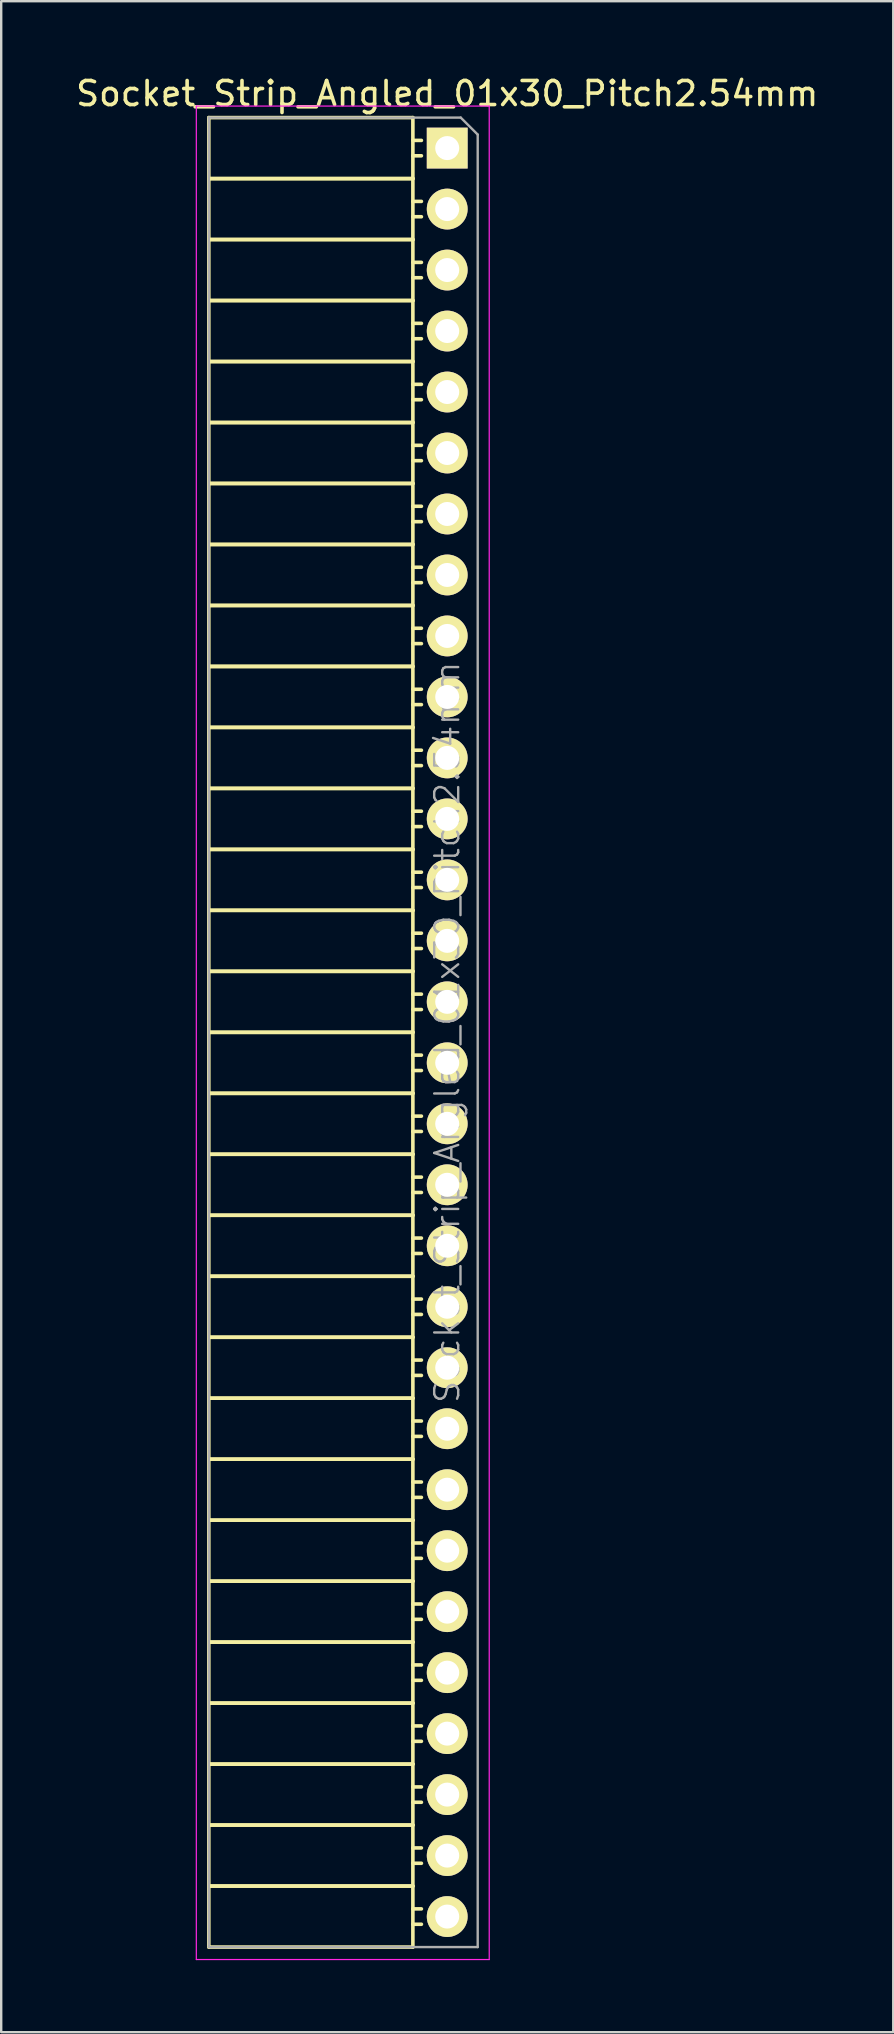
<source format=kicad_pcb>
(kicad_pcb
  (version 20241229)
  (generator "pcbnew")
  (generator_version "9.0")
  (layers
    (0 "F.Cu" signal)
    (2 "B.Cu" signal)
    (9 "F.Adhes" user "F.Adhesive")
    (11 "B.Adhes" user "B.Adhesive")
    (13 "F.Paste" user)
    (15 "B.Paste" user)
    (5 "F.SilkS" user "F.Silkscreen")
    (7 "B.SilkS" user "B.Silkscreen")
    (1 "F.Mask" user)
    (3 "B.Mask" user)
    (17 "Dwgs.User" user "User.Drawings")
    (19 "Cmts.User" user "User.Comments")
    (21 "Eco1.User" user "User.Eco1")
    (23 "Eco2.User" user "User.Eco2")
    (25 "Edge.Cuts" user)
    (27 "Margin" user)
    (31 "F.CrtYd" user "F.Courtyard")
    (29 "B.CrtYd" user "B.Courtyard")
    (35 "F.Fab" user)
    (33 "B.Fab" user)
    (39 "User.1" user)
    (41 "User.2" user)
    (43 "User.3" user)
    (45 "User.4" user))
  (footprint "Socket_Strip_Angled_01x30_Pitch2.54mm"
    (layer "F.Cu")
    (at 15.577 3.118)
    (property "Reference" "Socket_Strip_Angled_01x30_Pitch2.54mm" (at 0 -2.27 0) (layer "F.SilkS") (effects (font (size 1 1) (thickness 0.15))))
    (attr smd)
    (fp_line (start -9.93 -1.27) (end -9.93 1.27) (stroke (width 0.15) (type solid)) (layer "F.SilkS"))
    (fp_line (start -9.93 -1.27) (end -1.43 -1.27) (stroke (width 0.15) (type solid)) (layer "F.SilkS"))
    (fp_line (start -9.93 1.27) (end -9.93 3.81) (stroke (width 0.15) (type solid)) (layer "F.SilkS"))
    (fp_line (start -9.93 1.27) (end -1.43 1.27) (stroke (width 0.15) (type solid)) (layer "F.SilkS"))
    (fp_line (start -9.93 1.27) (end -1.43 1.27) (stroke (width 0.15) (type solid)) (layer "F.SilkS"))
    (fp_line (start -9.93 3.81) (end -9.93 6.35) (stroke (width 0.15) (type solid)) (layer "F.SilkS"))
    (fp_line (start -9.93 3.81) (end -1.43 3.81) (stroke (width 0.15) (type solid)) (layer "F.SilkS"))
    (fp_line (start -9.93 3.81) (end -1.43 3.81) (stroke (width 0.15) (type solid)) (layer "F.SilkS"))
    (fp_line (start -9.93 6.35) (end -9.93 8.89) (stroke (width 0.15) (type solid)) (layer "F.SilkS"))
    (fp_line (start -9.93 6.35) (end -1.43 6.35) (stroke (width 0.15) (type solid)) (layer "F.SilkS"))
    (fp_line (start -9.93 6.35) (end -1.43 6.35) (stroke (width 0.15) (type solid)) (layer "F.SilkS"))
    (fp_line (start -9.93 8.89) (end -9.93 11.43) (stroke (width 0.15) (type solid)) (layer "F.SilkS"))
    (fp_line (start -9.93 8.89) (end -1.43 8.89) (stroke (width 0.15) (type solid)) (layer "F.SilkS"))
    (fp_line (start -9.93 8.89) (end -1.43 8.89) (stroke (width 0.15) (type solid)) (layer "F.SilkS"))
    (fp_line (start -9.93 11.43) (end -9.93 13.97) (stroke (width 0.15) (type solid)) (layer "F.SilkS"))
    (fp_line (start -9.93 11.43) (end -1.43 11.43) (stroke (width 0.15) (type solid)) (layer "F.SilkS"))
    (fp_line (start -9.93 11.43) (end -1.43 11.43) (stroke (width 0.15) (type solid)) (layer "F.SilkS"))
    (fp_line (start -9.93 13.97) (end -9.93 16.51) (stroke (width 0.15) (type solid)) (layer "F.SilkS"))
    (fp_line (start -9.93 13.97) (end -1.43 13.97) (stroke (width 0.15) (type solid)) (layer "F.SilkS"))
    (fp_line (start -9.93 13.97) (end -1.43 13.97) (stroke (width 0.15) (type solid)) (layer "F.SilkS"))
    (fp_line (start -9.93 16.51) (end -9.93 19.05) (stroke (width 0.15) (type solid)) (layer "F.SilkS"))
    (fp_line (start -9.93 16.51) (end -1.43 16.51) (stroke (width 0.15) (type solid)) (layer "F.SilkS"))
    (fp_line (start -9.93 16.51) (end -1.43 16.51) (stroke (width 0.15) (type solid)) (layer "F.SilkS"))
    (fp_line (start -9.93 19.05) (end -9.93 21.59) (stroke (width 0.15) (type solid)) (layer "F.SilkS"))
    (fp_line (start -9.93 19.05) (end -1.43 19.05) (stroke (width 0.15) (type solid)) (layer "F.SilkS"))
    (fp_line (start -9.93 19.05) (end -1.43 19.05) (stroke (width 0.15) (type solid)) (layer "F.SilkS"))
    (fp_line (start -9.93 21.59) (end -9.93 24.13) (stroke (width 0.15) (type solid)) (layer "F.SilkS"))
    (fp_line (start -9.93 21.59) (end -1.43 21.59) (stroke (width 0.15) (type solid)) (layer "F.SilkS"))
    (fp_line (start -9.93 21.59) (end -1.43 21.59) (stroke (width 0.15) (type solid)) (layer "F.SilkS"))
    (fp_line (start -9.93 24.13) (end -9.93 26.67) (stroke (width 0.15) (type solid)) (layer "F.SilkS"))
    (fp_line (start -9.93 24.13) (end -1.43 24.13) (stroke (width 0.15) (type solid)) (layer "F.SilkS"))
    (fp_line (start -9.93 24.13) (end -1.43 24.13) (stroke (width 0.15) (type solid)) (layer "F.SilkS"))
    (fp_line (start -9.93 26.67) (end -9.93 29.21) (stroke (width 0.15) (type solid)) (layer "F.SilkS"))
    (fp_line (start -9.93 26.67) (end -1.43 26.67) (stroke (width 0.15) (type solid)) (layer "F.SilkS"))
    (fp_line (start -9.93 26.67) (end -1.43 26.67) (stroke (width 0.15) (type solid)) (layer "F.SilkS"))
    (fp_line (start -9.93 29.21) (end -9.93 31.75) (stroke (width 0.15) (type solid)) (layer "F.SilkS"))
    (fp_line (start -9.93 29.21) (end -1.43 29.21) (stroke (width 0.15) (type solid)) (layer "F.SilkS"))
    (fp_line (start -9.93 29.21) (end -1.43 29.21) (stroke (width 0.15) (type solid)) (layer "F.SilkS"))
    (fp_line (start -9.93 31.75) (end -9.93 34.29) (stroke (width 0.15) (type solid)) (layer "F.SilkS"))
    (fp_line (start -9.93 31.75) (end -1.43 31.75) (stroke (width 0.15) (type solid)) (layer "F.SilkS"))
    (fp_line (start -9.93 31.75) (end -1.43 31.75) (stroke (width 0.15) (type solid)) (layer "F.SilkS"))
    (fp_line (start -9.93 34.29) (end -9.93 36.83) (stroke (width 0.15) (type solid)) (layer "F.SilkS"))
    (fp_line (start -9.93 34.29) (end -1.43 34.29) (stroke (width 0.15) (type solid)) (layer "F.SilkS"))
    (fp_line (start -9.93 34.29) (end -1.43 34.29) (stroke (width 0.15) (type solid)) (layer "F.SilkS"))
    (fp_line (start -9.93 36.83) (end -9.93 39.37) (stroke (width 0.15) (type solid)) (layer "F.SilkS"))
    (fp_line (start -9.93 36.83) (end -1.43 36.83) (stroke (width 0.15) (type solid)) (layer "F.SilkS"))
    (fp_line (start -9.93 36.83) (end -1.43 36.83) (stroke (width 0.15) (type solid)) (layer "F.SilkS"))
    (fp_line (start -9.93 39.37) (end -9.93 41.91) (stroke (width 0.15) (type solid)) (layer "F.SilkS"))
    (fp_line (start -9.93 39.37) (end -1.43 39.37) (stroke (width 0.15) (type solid)) (layer "F.SilkS"))
    (fp_line (start -9.93 39.37) (end -1.43 39.37) (stroke (width 0.15) (type solid)) (layer "F.SilkS"))
    (fp_line (start -9.93 41.91) (end -9.93 44.45) (stroke (width 0.15) (type solid)) (layer "F.SilkS"))
    (fp_line (start -9.93 41.91) (end -1.43 41.91) (stroke (width 0.15) (type solid)) (layer "F.SilkS"))
    (fp_line (start -9.93 41.91) (end -1.43 41.91) (stroke (width 0.15) (type solid)) (layer "F.SilkS"))
    (fp_line (start -9.93 44.45) (end -9.93 46.99) (stroke (width 0.15) (type solid)) (layer "F.SilkS"))
    (fp_line (start -9.93 44.45) (end -1.43 44.45) (stroke (width 0.15) (type solid)) (layer "F.SilkS"))
    (fp_line (start -9.93 44.45) (end -1.43 44.45) (stroke (width 0.15) (type solid)) (layer "F.SilkS"))
    (fp_line (start -9.93 46.99) (end -9.93 49.53) (stroke (width 0.15) (type solid)) (layer "F.SilkS"))
    (fp_line (start -9.93 46.99) (end -1.43 46.99) (stroke (width 0.15) (type solid)) (layer "F.SilkS"))
    (fp_line (start -9.93 46.99) (end -1.43 46.99) (stroke (width 0.15) (type solid)) (layer "F.SilkS"))
    (fp_line (start -9.93 49.53) (end -9.93 52.07) (stroke (width 0.15) (type solid)) (layer "F.SilkS"))
    (fp_line (start -9.93 49.53) (end -1.43 49.53) (stroke (width 0.15) (type solid)) (layer "F.SilkS"))
    (fp_line (start -9.93 49.53) (end -1.43 49.53) (stroke (width 0.15) (type solid)) (layer "F.SilkS"))
    (fp_line (start -9.93 52.07) (end -9.93 54.61) (stroke (width 0.15) (type solid)) (layer "F.SilkS"))
    (fp_line (start -9.93 52.07) (end -1.43 52.07) (stroke (width 0.15) (type solid)) (layer "F.SilkS"))
    (fp_line (start -9.93 52.07) (end -1.43 52.07) (stroke (width 0.15) (type solid)) (layer "F.SilkS"))
    (fp_line (start -9.93 54.61) (end -9.93 57.15) (stroke (width 0.15) (type solid)) (layer "F.SilkS"))
    (fp_line (start -9.93 54.61) (end -1.43 54.61) (stroke (width 0.15) (type solid)) (layer "F.SilkS"))
    (fp_line (start -9.93 54.61) (end -1.43 54.61) (stroke (width 0.15) (type solid)) (layer "F.SilkS"))
    (fp_line (start -9.93 57.15) (end -9.93 59.69) (stroke (width 0.15) (type solid)) (layer "F.SilkS"))
    (fp_line (start -9.93 57.15) (end -1.43 57.15) (stroke (width 0.15) (type solid)) (layer "F.SilkS"))
    (fp_line (start -9.93 57.15) (end -1.43 57.15) (stroke (width 0.15) (type solid)) (layer "F.SilkS"))
    (fp_line (start -9.93 59.69) (end -9.93 62.23) (stroke (width 0.15) (type solid)) (layer "F.SilkS"))
    (fp_line (start -9.93 59.69) (end -1.43 59.69) (stroke (width 0.15) (type solid)) (layer "F.SilkS"))
    (fp_line (start -9.93 59.69) (end -1.43 59.69) (stroke (width 0.15) (type solid)) (layer "F.SilkS"))
    (fp_line (start -9.93 62.23) (end -9.93 64.77) (stroke (width 0.15) (type solid)) (layer "F.SilkS"))
    (fp_line (start -9.93 62.23) (end -1.43 62.23) (stroke (width 0.15) (type solid)) (layer "F.SilkS"))
    (fp_line (start -9.93 62.23) (end -1.43 62.23) (stroke (width 0.15) (type solid)) (layer "F.SilkS"))
    (fp_line (start -9.93 64.77) (end -9.93 67.31) (stroke (width 0.15) (type solid)) (layer "F.SilkS"))
    (fp_line (start -9.93 64.77) (end -1.43 64.77) (stroke (width 0.15) (type solid)) (layer "F.SilkS"))
    (fp_line (start -9.93 64.77) (end -1.43 64.77) (stroke (width 0.15) (type solid)) (layer "F.SilkS"))
    (fp_line (start -9.93 67.31) (end -9.93 69.85) (stroke (width 0.15) (type solid)) (layer "F.SilkS"))
    (fp_line (start -9.93 67.31) (end -1.43 67.31) (stroke (width 0.15) (type solid)) (layer "F.SilkS"))
    (fp_line (start -9.93 67.31) (end -1.43 67.31) (stroke (width 0.15) (type solid)) (layer "F.SilkS"))
    (fp_line (start -9.93 69.85) (end -9.93 72.39) (stroke (width 0.15) (type solid)) (layer "F.SilkS"))
    (fp_line (start -9.93 69.85) (end -1.43 69.85) (stroke (width 0.15) (type solid)) (layer "F.SilkS"))
    (fp_line (start -9.93 69.85) (end -1.43 69.85) (stroke (width 0.15) (type solid)) (layer "F.SilkS"))
    (fp_line (start -9.93 72.39) (end -9.93 74.93) (stroke (width 0.15) (type solid)) (layer "F.SilkS"))
    (fp_line (start -9.93 72.39) (end -1.43 72.39) (stroke (width 0.15) (type solid)) (layer "F.SilkS"))
    (fp_line (start -9.93 72.39) (end -1.43 72.39) (stroke (width 0.15) (type solid)) (layer "F.SilkS"))
    (fp_line (start -9.93 74.93) (end -1.43 74.93) (stroke (width 0.15) (type solid)) (layer "F.SilkS"))
    (fp_line (start -1.43 -1.27) (end -1.43 1.27) (stroke (width 0.15) (type solid)) (layer "F.SilkS"))
    (fp_line (start -1.43 -0.32) (end -1.075 -0.32) (stroke (width 0.15) (type solid)) (layer "F.SilkS"))
    (fp_line (start -1.43 0.32) (end -1.075 0.32) (stroke (width 0.15) (type solid)) (layer "F.SilkS"))
    (fp_line (start -1.43 1.27) (end -1.43 3.81) (stroke (width 0.15) (type solid)) (layer "F.SilkS"))
    (fp_line (start -1.43 2.22) (end -1.075 2.22) (stroke (width 0.15) (type solid)) (layer "F.SilkS"))
    (fp_line (start -1.43 2.86) (end -1.075 2.86) (stroke (width 0.15) (type solid)) (layer "F.SilkS"))
    (fp_line (start -1.43 3.81) (end -1.43 6.35) (stroke (width 0.15) (type solid)) (layer "F.SilkS"))
    (fp_line (start -1.43 4.76) (end -1.075 4.76) (stroke (width 0.15) (type solid)) (layer "F.SilkS"))
    (fp_line (start -1.43 5.4) (end -1.075 5.4) (stroke (width 0.15) (type solid)) (layer "F.SilkS"))
    (fp_line (start -1.43 6.35) (end -1.43 8.89) (stroke (width 0.15) (type solid)) (layer "F.SilkS"))
    (fp_line (start -1.43 7.3) (end -1.075 7.3) (stroke (width 0.15) (type solid)) (layer "F.SilkS"))
    (fp_line (start -1.43 7.94) (end -1.075 7.94) (stroke (width 0.15) (type solid)) (layer "F.SilkS"))
    (fp_line (start -1.43 8.89) (end -1.43 11.43) (stroke (width 0.15) (type solid)) (layer "F.SilkS"))
    (fp_line (start -1.43 9.84) (end -1.075 9.84) (stroke (width 0.15) (type solid)) (layer "F.SilkS"))
    (fp_line (start -1.43 10.48) (end -1.075 10.48) (stroke (width 0.15) (type solid)) (layer "F.SilkS"))
    (fp_line (start -1.43 11.43) (end -1.43 13.97) (stroke (width 0.15) (type solid)) (layer "F.SilkS"))
    (fp_line (start -1.43 12.38) (end -1.075 12.38) (stroke (width 0.15) (type solid)) (layer "F.SilkS"))
    (fp_line (start -1.43 13.02) (end -1.075 13.02) (stroke (width 0.15) (type solid)) (layer "F.SilkS"))
    (fp_line (start -1.43 13.97) (end -1.43 16.51) (stroke (width 0.15) (type solid)) (layer "F.SilkS"))
    (fp_line (start -1.43 14.92) (end -1.075 14.92) (stroke (width 0.15) (type solid)) (layer "F.SilkS"))
    (fp_line (start -1.43 15.56) (end -1.075 15.56) (stroke (width 0.15) (type solid)) (layer "F.SilkS"))
    (fp_line (start -1.43 16.51) (end -1.43 19.05) (stroke (width 0.15) (type solid)) (layer "F.SilkS"))
    (fp_line (start -1.43 17.46) (end -1.075 17.46) (stroke (width 0.15) (type solid)) (layer "F.SilkS"))
    (fp_line (start -1.43 18.1) (end -1.075 18.1) (stroke (width 0.15) (type solid)) (layer "F.SilkS"))
    (fp_line (start -1.43 19.05) (end -1.43 21.59) (stroke (width 0.15) (type solid)) (layer "F.SilkS"))
    (fp_line (start -1.43 20) (end -1.075 20) (stroke (width 0.15) (type solid)) (layer "F.SilkS"))
    (fp_line (start -1.43 20.64) (end -1.075 20.64) (stroke (width 0.15) (type solid)) (layer "F.SilkS"))
    (fp_line (start -1.43 21.59) (end -1.43 24.13) (stroke (width 0.15) (type solid)) (layer "F.SilkS"))
    (fp_line (start -1.43 22.54) (end -1.075 22.54) (stroke (width 0.15) (type solid)) (layer "F.SilkS"))
    (fp_line (start -1.43 23.18) (end -1.075 23.18) (stroke (width 0.15) (type solid)) (layer "F.SilkS"))
    (fp_line (start -1.43 24.13) (end -1.43 26.67) (stroke (width 0.15) (type solid)) (layer "F.SilkS"))
    (fp_line (start -1.43 25.08) (end -1.075 25.08) (stroke (width 0.15) (type solid)) (layer "F.SilkS"))
    (fp_line (start -1.43 25.72) (end -1.075 25.72) (stroke (width 0.15) (type solid)) (layer "F.SilkS"))
    (fp_line (start -1.43 26.67) (end -1.43 29.21) (stroke (width 0.15) (type solid)) (layer "F.SilkS"))
    (fp_line (start -1.43 27.62) (end -1.075 27.62) (stroke (width 0.15) (type solid)) (layer "F.SilkS"))
    (fp_line (start -1.43 28.26) (end -1.075 28.26) (stroke (width 0.15) (type solid)) (layer "F.SilkS"))
    (fp_line (start -1.43 29.21) (end -1.43 31.75) (stroke (width 0.15) (type solid)) (layer "F.SilkS"))
    (fp_line (start -1.43 30.16) (end -1.075 30.16) (stroke (width 0.15) (type solid)) (layer "F.SilkS"))
    (fp_line (start -1.43 30.8) (end -1.075 30.8) (stroke (width 0.15) (type solid)) (layer "F.SilkS"))
    (fp_line (start -1.43 31.75) (end -1.43 34.29) (stroke (width 0.15) (type solid)) (layer "F.SilkS"))
    (fp_line (start -1.43 32.7) (end -1.075 32.7) (stroke (width 0.15) (type solid)) (layer "F.SilkS"))
    (fp_line (start -1.43 33.34) (end -1.075 33.34) (stroke (width 0.15) (type solid)) (layer "F.SilkS"))
    (fp_line (start -1.43 34.29) (end -1.43 36.83) (stroke (width 0.15) (type solid)) (layer "F.SilkS"))
    (fp_line (start -1.43 35.24) (end -1.075 35.24) (stroke (width 0.15) (type solid)) (layer "F.SilkS"))
    (fp_line (start -1.43 35.88) (end -1.075 35.88) (stroke (width 0.15) (type solid)) (layer "F.SilkS"))
    (fp_line (start -1.43 36.83) (end -1.43 39.37) (stroke (width 0.15) (type solid)) (layer "F.SilkS"))
    (fp_line (start -1.43 37.78) (end -1.075 37.78) (stroke (width 0.15) (type solid)) (layer "F.SilkS"))
    (fp_line (start -1.43 38.42) (end -1.075 38.42) (stroke (width 0.15) (type solid)) (layer "F.SilkS"))
    (fp_line (start -1.43 39.37) (end -1.43 41.91) (stroke (width 0.15) (type solid)) (layer "F.SilkS"))
    (fp_line (start -1.43 40.32) (end -1.075 40.32) (stroke (width 0.15) (type solid)) (layer "F.SilkS"))
    (fp_line (start -1.43 40.96) (end -1.075 40.96) (stroke (width 0.15) (type solid)) (layer "F.SilkS"))
    (fp_line (start -1.43 41.91) (end -1.43 44.45) (stroke (width 0.15) (type solid)) (layer "F.SilkS"))
    (fp_line (start -1.43 42.86) (end -1.075 42.86) (stroke (width 0.15) (type solid)) (layer "F.SilkS"))
    (fp_line (start -1.43 43.5) (end -1.075 43.5) (stroke (width 0.15) (type solid)) (layer "F.SilkS"))
    (fp_line (start -1.43 44.45) (end -1.43 46.99) (stroke (width 0.15) (type solid)) (layer "F.SilkS"))
    (fp_line (start -1.43 45.4) (end -1.075 45.4) (stroke (width 0.15) (type solid)) (layer "F.SilkS"))
    (fp_line (start -1.43 46.04) (end -1.075 46.04) (stroke (width 0.15) (type solid)) (layer "F.SilkS"))
    (fp_line (start -1.43 46.99) (end -1.43 49.53) (stroke (width 0.15) (type solid)) (layer "F.SilkS"))
    (fp_line (start -1.43 47.94) (end -1.075 47.94) (stroke (width 0.15) (type solid)) (layer "F.SilkS"))
    (fp_line (start -1.43 48.58) (end -1.075 48.58) (stroke (width 0.15) (type solid)) (layer "F.SilkS"))
    (fp_line (start -1.43 49.53) (end -1.43 52.07) (stroke (width 0.15) (type solid)) (layer "F.SilkS"))
    (fp_line (start -1.43 50.48) (end -1.075 50.48) (stroke (width 0.15) (type solid)) (layer "F.SilkS"))
    (fp_line (start -1.43 51.12) (end -1.075 51.12) (stroke (width 0.15) (type solid)) (layer "F.SilkS"))
    (fp_line (start -1.43 52.07) (end -1.43 54.61) (stroke (width 0.15) (type solid)) (layer "F.SilkS"))
    (fp_line (start -1.43 53.02) (end -1.075 53.02) (stroke (width 0.15) (type solid)) (layer "F.SilkS"))
    (fp_line (start -1.43 53.66) (end -1.075 53.66) (stroke (width 0.15) (type solid)) (layer "F.SilkS"))
    (fp_line (start -1.43 54.61) (end -1.43 57.15) (stroke (width 0.15) (type solid)) (layer "F.SilkS"))
    (fp_line (start -1.43 55.56) (end -1.075 55.56) (stroke (width 0.15) (type solid)) (layer "F.SilkS"))
    (fp_line (start -1.43 56.2) (end -1.075 56.2) (stroke (width 0.15) (type solid)) (layer "F.SilkS"))
    (fp_line (start -1.43 57.15) (end -1.43 59.69) (stroke (width 0.15) (type solid)) (layer "F.SilkS"))
    (fp_line (start -1.43 58.1) (end -1.075 58.1) (stroke (width 0.15) (type solid)) (layer "F.SilkS"))
    (fp_line (start -1.43 58.74) (end -1.075 58.74) (stroke (width 0.15) (type solid)) (layer "F.SilkS"))
    (fp_line (start -1.43 59.69) (end -1.43 62.23) (stroke (width 0.15) (type solid)) (layer "F.SilkS"))
    (fp_line (start -1.43 60.64) (end -1.075 60.64) (stroke (width 0.15) (type solid)) (layer "F.SilkS"))
    (fp_line (start -1.43 61.28) (end -1.075 61.28) (stroke (width 0.15) (type solid)) (layer "F.SilkS"))
    (fp_line (start -1.43 62.23) (end -1.43 64.77) (stroke (width 0.15) (type solid)) (layer "F.SilkS"))
    (fp_line (start -1.43 63.18) (end -1.075 63.18) (stroke (width 0.15) (type solid)) (layer "F.SilkS"))
    (fp_line (start -1.43 63.82) (end -1.075 63.82) (stroke (width 0.15) (type solid)) (layer "F.SilkS"))
    (fp_line (start -1.43 64.77) (end -1.43 67.31) (stroke (width 0.15) (type solid)) (layer "F.SilkS"))
    (fp_line (start -1.43 65.72) (end -1.075 65.72) (stroke (width 0.15) (type solid)) (layer "F.SilkS"))
    (fp_line (start -1.43 66.36) (end -1.075 66.36) (stroke (width 0.15) (type solid)) (layer "F.SilkS"))
    (fp_line (start -1.43 67.31) (end -1.43 69.85) (stroke (width 0.15) (type solid)) (layer "F.SilkS"))
    (fp_line (start -1.43 68.26) (end -1.075 68.26) (stroke (width 0.15) (type solid)) (layer "F.SilkS"))
    (fp_line (start -1.43 68.9) (end -1.075 68.9) (stroke (width 0.15) (type solid)) (layer "F.SilkS"))
    (fp_line (start -1.43 69.85) (end -1.43 72.39) (stroke (width 0.15) (type solid)) (layer "F.SilkS"))
    (fp_line (start -1.43 70.8) (end -1.075 70.8) (stroke (width 0.15) (type solid)) (layer "F.SilkS"))
    (fp_line (start -1.43 71.44) (end -1.075 71.44) (stroke (width 0.15) (type solid)) (layer "F.SilkS"))
    (fp_line (start -1.43 72.39) (end -1.43 74.93) (stroke (width 0.15) (type solid)) (layer "F.SilkS"))
    (fp_line (start -1.43 73.34) (end -1.075 73.34) (stroke (width 0.15) (type solid)) (layer "F.SilkS"))
    (fp_line (start -1.43 73.98) (end -1.075 73.98) (stroke (width 0.15) (type solid)) (layer "F.SilkS"))
    (fp_line (start -10.45 -1.75) (end 1.75 -1.75) (stroke (width 0.05) (type solid)) (layer "F.CrtYd"))
    (fp_line (start -10.45 75.45) (end -10.45 -1.75) (stroke (width 0.05) (type solid)) (layer "F.CrtYd"))
    (fp_line (start -10.45 75.45) (end 1.75 75.45) (stroke (width 0.05) (type solid)) (layer "F.CrtYd"))
    (fp_line (start 1.75 75.45) (end 1.75 -1.75) (stroke (width 0.05) (type solid)) (layer "F.CrtYd"))
    (fp_line (start -9.93 -1.27) (end 0.563 -1.27) (stroke (width 0.1) (type solid)) (layer "F.Fab"))
    (fp_line (start -9.93 74.93) (end -9.93 -1.27) (stroke (width 0.1) (type solid)) (layer "F.Fab"))
    (fp_line (start -9.93 74.93) (end 1.27 74.93) (stroke (width 0.1) (type solid)) (layer "F.Fab"))
    (fp_line (start 1.27 -0.563) (end 0.563 -1.27) (stroke (width 0.1) (type solid)) (layer "F.Fab"))
    (fp_line (start 1.27 74.93) (end 1.27 -0.563) (stroke (width 0.1) (type solid)) (layer "F.Fab"))
    (fp_text user "${REFERENCE}" (at 0 36.83 90) (layer "F.Fab") (effects (font (size 1 1) (thickness 0.1))))
    (pad "1" thru_hole rect (at 0 0) (size 1.7 1.7) (drill 1) (layers "*.Cu" "*.Mask" "F.SilkS"))
    (pad "2" thru_hole oval (at 0 2.54) (size 1.7 1.7) (drill 1) (layers "*.Cu" "*.Mask" "F.SilkS"))
    (pad "3" thru_hole oval (at 0 5.08) (size 1.7 1.7) (drill 1) (layers "*.Cu" "*.Mask" "F.SilkS"))
    (pad "4" thru_hole oval (at 0 7.62) (size 1.7 1.7) (drill 1) (layers "*.Cu" "*.Mask" "F.SilkS"))
    (pad "5" thru_hole oval (at 0 10.16) (size 1.7 1.7) (drill 1) (layers "*.Cu" "*.Mask" "F.SilkS"))
    (pad "6" thru_hole oval (at 0 12.7) (size 1.7 1.7) (drill 1) (layers "*.Cu" "*.Mask" "F.SilkS"))
    (pad "7" thru_hole oval (at 0 15.24) (size 1.7 1.7) (drill 1) (layers "*.Cu" "*.Mask" "F.SilkS"))
    (pad "8" thru_hole oval (at 0 17.78) (size 1.7 1.7) (drill 1) (layers "*.Cu" "*.Mask" "F.SilkS"))
    (pad "9" thru_hole oval (at 0 20.32) (size 1.7 1.7) (drill 1) (layers "*.Cu" "*.Mask" "F.SilkS"))
    (pad "10" thru_hole oval (at 0 22.86) (size 1.7 1.7) (drill 1) (layers "*.Cu" "*.Mask" "F.SilkS"))
    (pad "11" thru_hole oval (at 0 25.4) (size 1.7 1.7) (drill 1) (layers "*.Cu" "*.Mask" "F.SilkS"))
    (pad "12" thru_hole oval (at 0 27.94) (size 1.7 1.7) (drill 1) (layers "*.Cu" "*.Mask" "F.SilkS"))
    (pad "13" thru_hole oval (at 0 30.48) (size 1.7 1.7) (drill 1) (layers "*.Cu" "*.Mask" "F.SilkS"))
    (pad "14" thru_hole oval (at 0 33.02) (size 1.7 1.7) (drill 1) (layers "*.Cu" "*.Mask" "F.SilkS"))
    (pad "15" thru_hole oval (at 0 35.56) (size 1.7 1.7) (drill 1) (layers "*.Cu" "*.Mask" "F.SilkS"))
    (pad "16" thru_hole oval (at 0 38.1) (size 1.7 1.7) (drill 1) (layers "*.Cu" "*.Mask" "F.SilkS"))
    (pad "17" thru_hole oval (at 0 40.64) (size 1.7 1.7) (drill 1) (layers "*.Cu" "*.Mask" "F.SilkS"))
    (pad "18" thru_hole oval (at 0 43.18) (size 1.7 1.7) (drill 1) (layers "*.Cu" "*.Mask" "F.SilkS"))
    (pad "19" thru_hole oval (at 0 45.72) (size 1.7 1.7) (drill 1) (layers "*.Cu" "*.Mask" "F.SilkS"))
    (pad "20" thru_hole oval (at 0 48.26) (size 1.7 1.7) (drill 1) (layers "*.Cu" "*.Mask" "F.SilkS"))
    (pad "21" thru_hole oval (at 0 50.8) (size 1.7 1.7) (drill 1) (layers "*.Cu" "*.Mask" "F.SilkS"))
    (pad "22" thru_hole oval (at 0 53.34) (size 1.7 1.7) (drill 1) (layers "*.Cu" "*.Mask" "F.SilkS"))
    (pad "23" thru_hole oval (at 0 55.88) (size 1.7 1.7) (drill 1) (layers "*.Cu" "*.Mask" "F.SilkS"))
    (pad "24" thru_hole oval (at 0 58.42) (size 1.7 1.7) (drill 1) (layers "*.Cu" "*.Mask" "F.SilkS"))
    (pad "25" thru_hole oval (at 0 60.96) (size 1.7 1.7) (drill 1) (layers "*.Cu" "*.Mask" "F.SilkS"))
    (pad "26" thru_hole oval (at 0 63.5) (size 1.7 1.7) (drill 1) (layers "*.Cu" "*.Mask" "F.SilkS"))
    (pad "27" thru_hole oval (at 0 66.04) (size 1.7 1.7) (drill 1) (layers "*.Cu" "*.Mask" "F.SilkS"))
    (pad "28" thru_hole oval (at 0 68.58) (size 1.7 1.7) (drill 1) (layers "*.Cu" "*.Mask" "F.SilkS"))
    (pad "29" thru_hole oval (at 0 71.12) (size 1.7 1.7) (drill 1) (layers "*.Cu" "*.Mask" "F.SilkS"))
    (pad "30" thru_hole oval (at 0 73.66) (size 1.7 1.7) (drill 1) (layers "*.Cu" "*.Mask" "F.SilkS")))
  (gr_rect
    (start -3 -3)
    (end 34.155 81.593)
    (stroke (width 0.1) (type default))
    (fill no)
    (layer "Edge.Cuts")))
</source>
